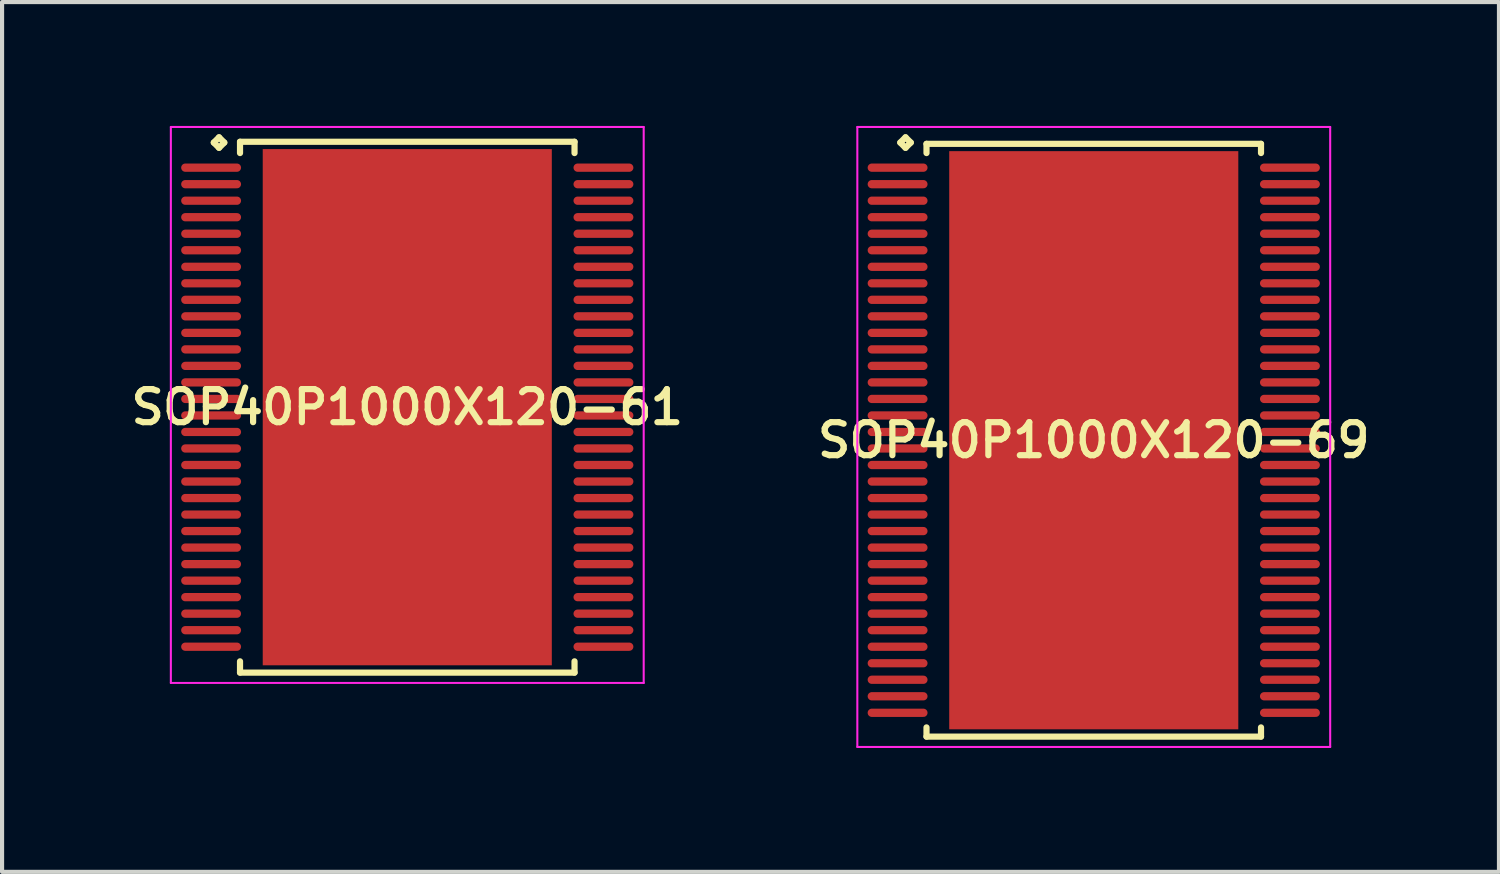
<source format=kicad_pcb>
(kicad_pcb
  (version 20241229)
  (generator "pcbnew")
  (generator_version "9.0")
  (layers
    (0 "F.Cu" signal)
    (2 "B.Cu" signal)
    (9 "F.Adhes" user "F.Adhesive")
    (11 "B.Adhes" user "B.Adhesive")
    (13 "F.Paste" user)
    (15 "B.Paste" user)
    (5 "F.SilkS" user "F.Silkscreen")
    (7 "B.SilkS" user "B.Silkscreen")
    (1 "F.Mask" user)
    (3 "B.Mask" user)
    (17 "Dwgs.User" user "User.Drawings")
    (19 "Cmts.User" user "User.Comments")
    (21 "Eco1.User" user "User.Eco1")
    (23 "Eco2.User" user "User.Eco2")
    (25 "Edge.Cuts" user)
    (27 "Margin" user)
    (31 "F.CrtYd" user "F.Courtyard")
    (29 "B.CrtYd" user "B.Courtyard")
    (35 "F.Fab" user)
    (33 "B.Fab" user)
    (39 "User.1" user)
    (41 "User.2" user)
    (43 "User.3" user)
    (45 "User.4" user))
  (footprint "SOP40P1000X120-69"
    (layer "F.Cu")
    (at 23.435 7.61)
    (property "Reference" "SOP40P1000X120-69" (at 0 0 0) (layer "F.SilkS") (effects (font (size 0.8 0.8) (thickness 0.15))))
    (attr smd)
    (fp_line (start -4.685 -7.208) (end -4.558 -7.335) (stroke (width 0.15) (type solid)) (layer "F.SilkS"))
    (fp_line (start -4.558 -7.335) (end -4.431 -7.208) (stroke (width 0.15) (type solid)) (layer "F.SilkS"))
    (fp_line (start -4.558 -7.081) (end -4.685 -7.208) (stroke (width 0.15) (type solid)) (layer "F.SilkS"))
    (fp_line (start -4.431 -7.208) (end -4.558 -7.081) (stroke (width 0.15) (type solid)) (layer "F.SilkS"))
    (fp_line (start -4.05 -7.177) (end 4.05 -7.177) (stroke (width 0.15) (type solid)) (layer "F.SilkS"))
    (fp_line (start -4.05 -6.954) (end -4.05 -7.177) (stroke (width 0.15) (type solid)) (layer "F.SilkS"))
    (fp_line (start -4.05 6.954) (end -4.05 7.177) (stroke (width 0.15) (type solid)) (layer "F.SilkS"))
    (fp_line (start -4.05 7.177) (end 4.05 7.177) (stroke (width 0.15) (type solid)) (layer "F.SilkS"))
    (fp_line (start 4.05 -7.177) (end 4.05 -6.954) (stroke (width 0.15) (type solid)) (layer "F.SilkS"))
    (fp_line (start 4.05 7.177) (end 4.05 6.954) (stroke (width 0.15) (type solid)) (layer "F.SilkS"))
    (fp_line (start -5.725 -7.585) (end 5.725 -7.585) (stroke (width 0.05) (type solid)) (layer "F.CrtYd"))
    (fp_line (start -5.725 7.427) (end -5.725 -7.585) (stroke (width 0.05) (type solid)) (layer "F.CrtYd"))
    (fp_line (start 5.725 -7.585) (end 5.725 7.427) (stroke (width 0.05) (type solid)) (layer "F.CrtYd"))
    (fp_line (start 5.725 7.427) (end -5.725 7.427) (stroke (width 0.05) (type solid)) (layer "F.CrtYd"))
    (pad "1" smd oval (at -4.75 -6.6) (size 1.45 0.2) (layers "F.Cu" "F.Mask" "F.Paste"))
    (pad "2" smd oval (at -4.75 -6.2) (size 1.45 0.2) (layers "F.Cu" "F.Mask" "F.Paste"))
    (pad "3" smd oval (at -4.75 -5.8) (size 1.45 0.2) (layers "F.Cu" "F.Mask" "F.Paste"))
    (pad "4" smd oval (at -4.75 -5.4) (size 1.45 0.2) (layers "F.Cu" "F.Mask" "F.Paste"))
    (pad "5" smd oval (at -4.75 -5) (size 1.45 0.2) (layers "F.Cu" "F.Mask" "F.Paste"))
    (pad "6" smd oval (at -4.75 -4.6) (size 1.45 0.2) (layers "F.Cu" "F.Mask" "F.Paste"))
    (pad "7" smd oval (at -4.75 -4.2) (size 1.45 0.2) (layers "F.Cu" "F.Mask" "F.Paste"))
    (pad "8" smd oval (at -4.75 -3.8) (size 1.45 0.2) (layers "F.Cu" "F.Mask" "F.Paste"))
    (pad "9" smd oval (at -4.75 -3.4) (size 1.45 0.2) (layers "F.Cu" "F.Mask" "F.Paste"))
    (pad "10" smd oval (at -4.75 -3) (size 1.45 0.2) (layers "F.Cu" "F.Mask" "F.Paste"))
    (pad "11" smd oval (at -4.75 -2.6) (size 1.45 0.2) (layers "F.Cu" "F.Mask" "F.Paste"))
    (pad "12" smd oval (at -4.75 -2.2) (size 1.45 0.2) (layers "F.Cu" "F.Mask" "F.Paste"))
    (pad "13" smd oval (at -4.75 -1.8) (size 1.45 0.2) (layers "F.Cu" "F.Mask" "F.Paste"))
    (pad "14" smd oval (at -4.75 -1.4) (size 1.45 0.2) (layers "F.Cu" "F.Mask" "F.Paste"))
    (pad "15" smd oval (at -4.75 -1) (size 1.45 0.2) (layers "F.Cu" "F.Mask" "F.Paste"))
    (pad "16" smd oval (at -4.75 -0.6) (size 1.45 0.2) (layers "F.Cu" "F.Mask" "F.Paste"))
    (pad "17" smd oval (at -4.75 -0.2) (size 1.45 0.2) (layers "F.Cu" "F.Mask" "F.Paste"))
    (pad "18" smd oval (at -4.75 0.2) (size 1.45 0.2) (layers "F.Cu" "F.Mask" "F.Paste"))
    (pad "19" smd oval (at -4.75 0.6) (size 1.45 0.2) (layers "F.Cu" "F.Mask" "F.Paste"))
    (pad "20" smd oval (at -4.75 1) (size 1.45 0.2) (layers "F.Cu" "F.Mask" "F.Paste"))
    (pad "21" smd oval (at -4.75 1.4) (size 1.45 0.2) (layers "F.Cu" "F.Mask" "F.Paste"))
    (pad "22" smd oval (at -4.75 1.8) (size 1.45 0.2) (layers "F.Cu" "F.Mask" "F.Paste"))
    (pad "23" smd oval (at -4.75 2.2) (size 1.45 0.2) (layers "F.Cu" "F.Mask" "F.Paste"))
    (pad "24" smd oval (at -4.75 2.6) (size 1.45 0.2) (layers "F.Cu" "F.Mask" "F.Paste"))
    (pad "25" smd oval (at -4.75 3) (size 1.45 0.2) (layers "F.Cu" "F.Mask" "F.Paste"))
    (pad "26" smd oval (at -4.75 3.4) (size 1.45 0.2) (layers "F.Cu" "F.Mask" "F.Paste"))
    (pad "27" smd oval (at -4.75 3.8) (size 1.45 0.2) (layers "F.Cu" "F.Mask" "F.Paste"))
    (pad "28" smd oval (at -4.75 4.2) (size 1.45 0.2) (layers "F.Cu" "F.Mask" "F.Paste"))
    (pad "29" smd oval (at -4.75 4.6) (size 1.45 0.2) (layers "F.Cu" "F.Mask" "F.Paste"))
    (pad "30" smd oval (at -4.75 5) (size 1.45 0.2) (layers "F.Cu" "F.Mask" "F.Paste"))
    (pad "31" smd oval (at -4.75 5.4) (size 1.45 0.2) (layers "F.Cu" "F.Mask" "F.Paste"))
    (pad "32" smd oval (at -4.75 5.8) (size 1.45 0.2) (layers "F.Cu" "F.Mask" "F.Paste"))
    (pad "33" smd oval (at -4.75 6.2) (size 1.45 0.2) (layers "F.Cu" "F.Mask" "F.Paste"))
    (pad "34" smd oval (at -4.75 6.6) (size 1.45 0.2) (layers "F.Cu" "F.Mask" "F.Paste"))
    (pad "35" smd oval (at 4.75 6.6) (size 1.45 0.2) (layers "F.Cu" "F.Mask" "F.Paste"))
    (pad "36" smd oval (at 4.75 6.2) (size 1.45 0.2) (layers "F.Cu" "F.Mask" "F.Paste"))
    (pad "37" smd oval (at 4.75 5.8) (size 1.45 0.2) (layers "F.Cu" "F.Mask" "F.Paste"))
    (pad "38" smd oval (at 4.75 5.4) (size 1.45 0.2) (layers "F.Cu" "F.Mask" "F.Paste"))
    (pad "39" smd oval (at 4.75 5) (size 1.45 0.2) (layers "F.Cu" "F.Mask" "F.Paste"))
    (pad "40" smd oval (at 4.75 4.6) (size 1.45 0.2) (layers "F.Cu" "F.Mask" "F.Paste"))
    (pad "41" smd oval (at 4.75 4.2) (size 1.45 0.2) (layers "F.Cu" "F.Mask" "F.Paste"))
    (pad "42" smd oval (at 4.75 3.8) (size 1.45 0.2) (layers "F.Cu" "F.Mask" "F.Paste"))
    (pad "43" smd oval (at 4.75 3.4) (size 1.45 0.2) (layers "F.Cu" "F.Mask" "F.Paste"))
    (pad "44" smd oval (at 4.75 3) (size 1.45 0.2) (layers "F.Cu" "F.Mask" "F.Paste"))
    (pad "45" smd oval (at 4.75 2.6) (size 1.45 0.2) (layers "F.Cu" "F.Mask" "F.Paste"))
    (pad "46" smd oval (at 4.75 2.2) (size 1.45 0.2) (layers "F.Cu" "F.Mask" "F.Paste"))
    (pad "47" smd oval (at 4.75 1.8) (size 1.45 0.2) (layers "F.Cu" "F.Mask" "F.Paste"))
    (pad "48" smd oval (at 4.75 1.4) (size 1.45 0.2) (layers "F.Cu" "F.Mask" "F.Paste"))
    (pad "49" smd oval (at 4.75 1) (size 1.45 0.2) (layers "F.Cu" "F.Mask" "F.Paste"))
    (pad "50" smd oval (at 4.75 0.6) (size 1.45 0.2) (layers "F.Cu" "F.Mask" "F.Paste"))
    (pad "51" smd oval (at 4.75 0.2) (size 1.45 0.2) (layers "F.Cu" "F.Mask" "F.Paste"))
    (pad "52" smd oval (at 4.75 -0.2) (size 1.45 0.2) (layers "F.Cu" "F.Mask" "F.Paste"))
    (pad "53" smd oval (at 4.75 -0.6) (size 1.45 0.2) (layers "F.Cu" "F.Mask" "F.Paste"))
    (pad "54" smd oval (at 4.75 -1) (size 1.45 0.2) (layers "F.Cu" "F.Mask" "F.Paste"))
    (pad "55" smd oval (at 4.75 -1.4) (size 1.45 0.2) (layers "F.Cu" "F.Mask" "F.Paste"))
    (pad "56" smd oval (at 4.75 -1.8) (size 1.45 0.2) (layers "F.Cu" "F.Mask" "F.Paste"))
    (pad "57" smd oval (at 4.75 -2.2) (size 1.45 0.2) (layers "F.Cu" "F.Mask" "F.Paste"))
    (pad "58" smd oval (at 4.75 -2.6) (size 1.45 0.2) (layers "F.Cu" "F.Mask" "F.Paste"))
    (pad "59" smd oval (at 4.75 -3) (size 1.45 0.2) (layers "F.Cu" "F.Mask" "F.Paste"))
    (pad "60" smd oval (at 4.75 -3.4) (size 1.45 0.2) (layers "F.Cu" "F.Mask" "F.Paste"))
    (pad "61" smd oval (at 4.75 -3.8) (size 1.45 0.2) (layers "F.Cu" "F.Mask" "F.Paste"))
    (pad "62" smd oval (at 4.75 -4.2) (size 1.45 0.2) (layers "F.Cu" "F.Mask" "F.Paste"))
    (pad "63" smd oval (at 4.75 -4.6) (size 1.45 0.2) (layers "F.Cu" "F.Mask" "F.Paste"))
    (pad "64" smd oval (at 4.75 -5) (size 1.45 0.2) (layers "F.Cu" "F.Mask" "F.Paste"))
    (pad "65" smd oval (at 4.75 -5.4) (size 1.45 0.2) (layers "F.Cu" "F.Mask" "F.Paste"))
    (pad "66" smd oval (at 4.75 -5.8) (size 1.45 0.2) (layers "F.Cu" "F.Mask" "F.Paste"))
    (pad "67" smd oval (at 4.75 -6.2) (size 1.45 0.2) (layers "F.Cu" "F.Mask" "F.Paste"))
    (pad "68" smd oval (at 4.75 -6.6) (size 1.45 0.2) (layers "F.Cu" "F.Mask" "F.Paste"))
    (pad "69" smd rect (at 0 0) (size 7 14) (layers "F.Cu" "F.Mask" "F.Paste")))
  (footprint "SOP40P1000X120-61"
    (layer "F.Cu")
    (at 6.812 6.81)
    (property "Reference" "SOP40P1000X120-61" (at 0 0 0) (layer "F.SilkS") (effects (font (size 0.8 0.8) (thickness 0.15))))
    (attr smd)
    (fp_line (start -4.685 -6.408) (end -4.558 -6.535) (stroke (width 0.15) (type solid)) (layer "F.SilkS"))
    (fp_line (start -4.558 -6.535) (end -4.431 -6.408) (stroke (width 0.15) (type solid)) (layer "F.SilkS"))
    (fp_line (start -4.558 -6.281) (end -4.685 -6.408) (stroke (width 0.15) (type solid)) (layer "F.SilkS"))
    (fp_line (start -4.431 -6.408) (end -4.558 -6.281) (stroke (width 0.15) (type solid)) (layer "F.SilkS"))
    (fp_line (start -4.05 -6.427) (end 4.05 -6.427) (stroke (width 0.15) (type solid)) (layer "F.SilkS"))
    (fp_line (start -4.05 -6.154) (end -4.05 -6.427) (stroke (width 0.15) (type solid)) (layer "F.SilkS"))
    (fp_line (start -4.05 6.154) (end -4.05 6.427) (stroke (width 0.15) (type solid)) (layer "F.SilkS"))
    (fp_line (start -4.05 6.427) (end 4.05 6.427) (stroke (width 0.15) (type solid)) (layer "F.SilkS"))
    (fp_line (start 4.05 -6.427) (end 4.05 -6.154) (stroke (width 0.15) (type solid)) (layer "F.SilkS"))
    (fp_line (start 4.05 6.427) (end 4.05 6.154) (stroke (width 0.15) (type solid)) (layer "F.SilkS"))
    (fp_line (start -5.725 -6.785) (end 5.725 -6.785) (stroke (width 0.05) (type solid)) (layer "F.CrtYd"))
    (fp_line (start -5.725 6.677) (end -5.725 -6.785) (stroke (width 0.05) (type solid)) (layer "F.CrtYd"))
    (fp_line (start 5.725 -6.785) (end 5.725 6.677) (stroke (width 0.05) (type solid)) (layer "F.CrtYd"))
    (fp_line (start 5.725 6.677) (end -5.725 6.677) (stroke (width 0.05) (type solid)) (layer "F.CrtYd"))
    (pad "1" smd oval (at -4.75 -5.8) (size 1.45 0.2) (layers "F.Cu" "F.Mask" "F.Paste"))
    (pad "2" smd oval (at -4.75 -5.4) (size 1.45 0.2) (layers "F.Cu" "F.Mask" "F.Paste"))
    (pad "3" smd oval (at -4.75 -5) (size 1.45 0.2) (layers "F.Cu" "F.Mask" "F.Paste"))
    (pad "4" smd oval (at -4.75 -4.6) (size 1.45 0.2) (layers "F.Cu" "F.Mask" "F.Paste"))
    (pad "5" smd oval (at -4.75 -4.2) (size 1.45 0.2) (layers "F.Cu" "F.Mask" "F.Paste"))
    (pad "6" smd oval (at -4.75 -3.8) (size 1.45 0.2) (layers "F.Cu" "F.Mask" "F.Paste"))
    (pad "7" smd oval (at -4.75 -3.4) (size 1.45 0.2) (layers "F.Cu" "F.Mask" "F.Paste"))
    (pad "8" smd oval (at -4.75 -3) (size 1.45 0.2) (layers "F.Cu" "F.Mask" "F.Paste"))
    (pad "9" smd oval (at -4.75 -2.6) (size 1.45 0.2) (layers "F.Cu" "F.Mask" "F.Paste"))
    (pad "10" smd oval (at -4.75 -2.2) (size 1.45 0.2) (layers "F.Cu" "F.Mask" "F.Paste"))
    (pad "11" smd oval (at -4.75 -1.8) (size 1.45 0.2) (layers "F.Cu" "F.Mask" "F.Paste"))
    (pad "12" smd oval (at -4.75 -1.4) (size 1.45 0.2) (layers "F.Cu" "F.Mask" "F.Paste"))
    (pad "13" smd oval (at -4.75 -1) (size 1.45 0.2) (layers "F.Cu" "F.Mask" "F.Paste"))
    (pad "14" smd oval (at -4.75 -0.6) (size 1.45 0.2) (layers "F.Cu" "F.Mask" "F.Paste"))
    (pad "15" smd oval (at -4.75 -0.2) (size 1.45 0.2) (layers "F.Cu" "F.Mask" "F.Paste"))
    (pad "16" smd oval (at -4.75 0.2) (size 1.45 0.2) (layers "F.Cu" "F.Mask" "F.Paste"))
    (pad "17" smd oval (at -4.75 0.6) (size 1.45 0.2) (layers "F.Cu" "F.Mask" "F.Paste"))
    (pad "18" smd oval (at -4.75 1) (size 1.45 0.2) (layers "F.Cu" "F.Mask" "F.Paste"))
    (pad "19" smd oval (at -4.75 1.4) (size 1.45 0.2) (layers "F.Cu" "F.Mask" "F.Paste"))
    (pad "20" smd oval (at -4.75 1.8) (size 1.45 0.2) (layers "F.Cu" "F.Mask" "F.Paste"))
    (pad "21" smd oval (at -4.75 2.2) (size 1.45 0.2) (layers "F.Cu" "F.Mask" "F.Paste"))
    (pad "22" smd oval (at -4.75 2.6) (size 1.45 0.2) (layers "F.Cu" "F.Mask" "F.Paste"))
    (pad "23" smd oval (at -4.75 3) (size 1.45 0.2) (layers "F.Cu" "F.Mask" "F.Paste"))
    (pad "24" smd oval (at -4.75 3.4) (size 1.45 0.2) (layers "F.Cu" "F.Mask" "F.Paste"))
    (pad "25" smd oval (at -4.75 3.8) (size 1.45 0.2) (layers "F.Cu" "F.Mask" "F.Paste"))
    (pad "26" smd oval (at -4.75 4.2) (size 1.45 0.2) (layers "F.Cu" "F.Mask" "F.Paste"))
    (pad "27" smd oval (at -4.75 4.6) (size 1.45 0.2) (layers "F.Cu" "F.Mask" "F.Paste"))
    (pad "28" smd oval (at -4.75 5) (size 1.45 0.2) (layers "F.Cu" "F.Mask" "F.Paste"))
    (pad "29" smd oval (at -4.75 5.4) (size 1.45 0.2) (layers "F.Cu" "F.Mask" "F.Paste"))
    (pad "30" smd oval (at -4.75 5.8) (size 1.45 0.2) (layers "F.Cu" "F.Mask" "F.Paste"))
    (pad "31" smd oval (at 4.75 5.8) (size 1.45 0.2) (layers "F.Cu" "F.Mask" "F.Paste"))
    (pad "32" smd oval (at 4.75 5.4) (size 1.45 0.2) (layers "F.Cu" "F.Mask" "F.Paste"))
    (pad "33" smd oval (at 4.75 5) (size 1.45 0.2) (layers "F.Cu" "F.Mask" "F.Paste"))
    (pad "34" smd oval (at 4.75 4.6) (size 1.45 0.2) (layers "F.Cu" "F.Mask" "F.Paste"))
    (pad "35" smd oval (at 4.75 4.2) (size 1.45 0.2) (layers "F.Cu" "F.Mask" "F.Paste"))
    (pad "36" smd oval (at 4.75 3.8) (size 1.45 0.2) (layers "F.Cu" "F.Mask" "F.Paste"))
    (pad "37" smd oval (at 4.75 3.4) (size 1.45 0.2) (layers "F.Cu" "F.Mask" "F.Paste"))
    (pad "38" smd oval (at 4.75 3) (size 1.45 0.2) (layers "F.Cu" "F.Mask" "F.Paste"))
    (pad "39" smd oval (at 4.75 2.6) (size 1.45 0.2) (layers "F.Cu" "F.Mask" "F.Paste"))
    (pad "40" smd oval (at 4.75 2.2) (size 1.45 0.2) (layers "F.Cu" "F.Mask" "F.Paste"))
    (pad "41" smd oval (at 4.75 1.8) (size 1.45 0.2) (layers "F.Cu" "F.Mask" "F.Paste"))
    (pad "42" smd oval (at 4.75 1.4) (size 1.45 0.2) (layers "F.Cu" "F.Mask" "F.Paste"))
    (pad "43" smd oval (at 4.75 1) (size 1.45 0.2) (layers "F.Cu" "F.Mask" "F.Paste"))
    (pad "44" smd oval (at 4.75 0.6) (size 1.45 0.2) (layers "F.Cu" "F.Mask" "F.Paste"))
    (pad "45" smd oval (at 4.75 0.2) (size 1.45 0.2) (layers "F.Cu" "F.Mask" "F.Paste"))
    (pad "46" smd oval (at 4.75 -0.2) (size 1.45 0.2) (layers "F.Cu" "F.Mask" "F.Paste"))
    (pad "47" smd oval (at 4.75 -0.6) (size 1.45 0.2) (layers "F.Cu" "F.Mask" "F.Paste"))
    (pad "48" smd oval (at 4.75 -1) (size 1.45 0.2) (layers "F.Cu" "F.Mask" "F.Paste"))
    (pad "49" smd oval (at 4.75 -1.4) (size 1.45 0.2) (layers "F.Cu" "F.Mask" "F.Paste"))
    (pad "50" smd oval (at 4.75 -1.8) (size 1.45 0.2) (layers "F.Cu" "F.Mask" "F.Paste"))
    (pad "51" smd oval (at 4.75 -2.2) (size 1.45 0.2) (layers "F.Cu" "F.Mask" "F.Paste"))
    (pad "52" smd oval (at 4.75 -2.6) (size 1.45 0.2) (layers "F.Cu" "F.Mask" "F.Paste"))
    (pad "53" smd oval (at 4.75 -3) (size 1.45 0.2) (layers "F.Cu" "F.Mask" "F.Paste"))
    (pad "54" smd oval (at 4.75 -3.4) (size 1.45 0.2) (layers "F.Cu" "F.Mask" "F.Paste"))
    (pad "55" smd oval (at 4.75 -3.8) (size 1.45 0.2) (layers "F.Cu" "F.Mask" "F.Paste"))
    (pad "56" smd oval (at 4.75 -4.2) (size 1.45 0.2) (layers "F.Cu" "F.Mask" "F.Paste"))
    (pad "57" smd oval (at 4.75 -4.6) (size 1.45 0.2) (layers "F.Cu" "F.Mask" "F.Paste"))
    (pad "58" smd oval (at 4.75 -5) (size 1.45 0.2) (layers "F.Cu" "F.Mask" "F.Paste"))
    (pad "59" smd oval (at 4.75 -5.4) (size 1.45 0.2) (layers "F.Cu" "F.Mask" "F.Paste"))
    (pad "60" smd oval (at 4.75 -5.8) (size 1.45 0.2) (layers "F.Cu" "F.Mask" "F.Paste"))
    (pad "61" smd rect (at 0 0) (size 7 12.5) (layers "F.Cu" "F.Mask" "F.Paste")))
  (gr_rect
    (start -3 -3)
    (end 33.247 18.062)
    (stroke (width 0.1) (type default))
    (fill no)
    (layer "Edge.Cuts")))
</source>
